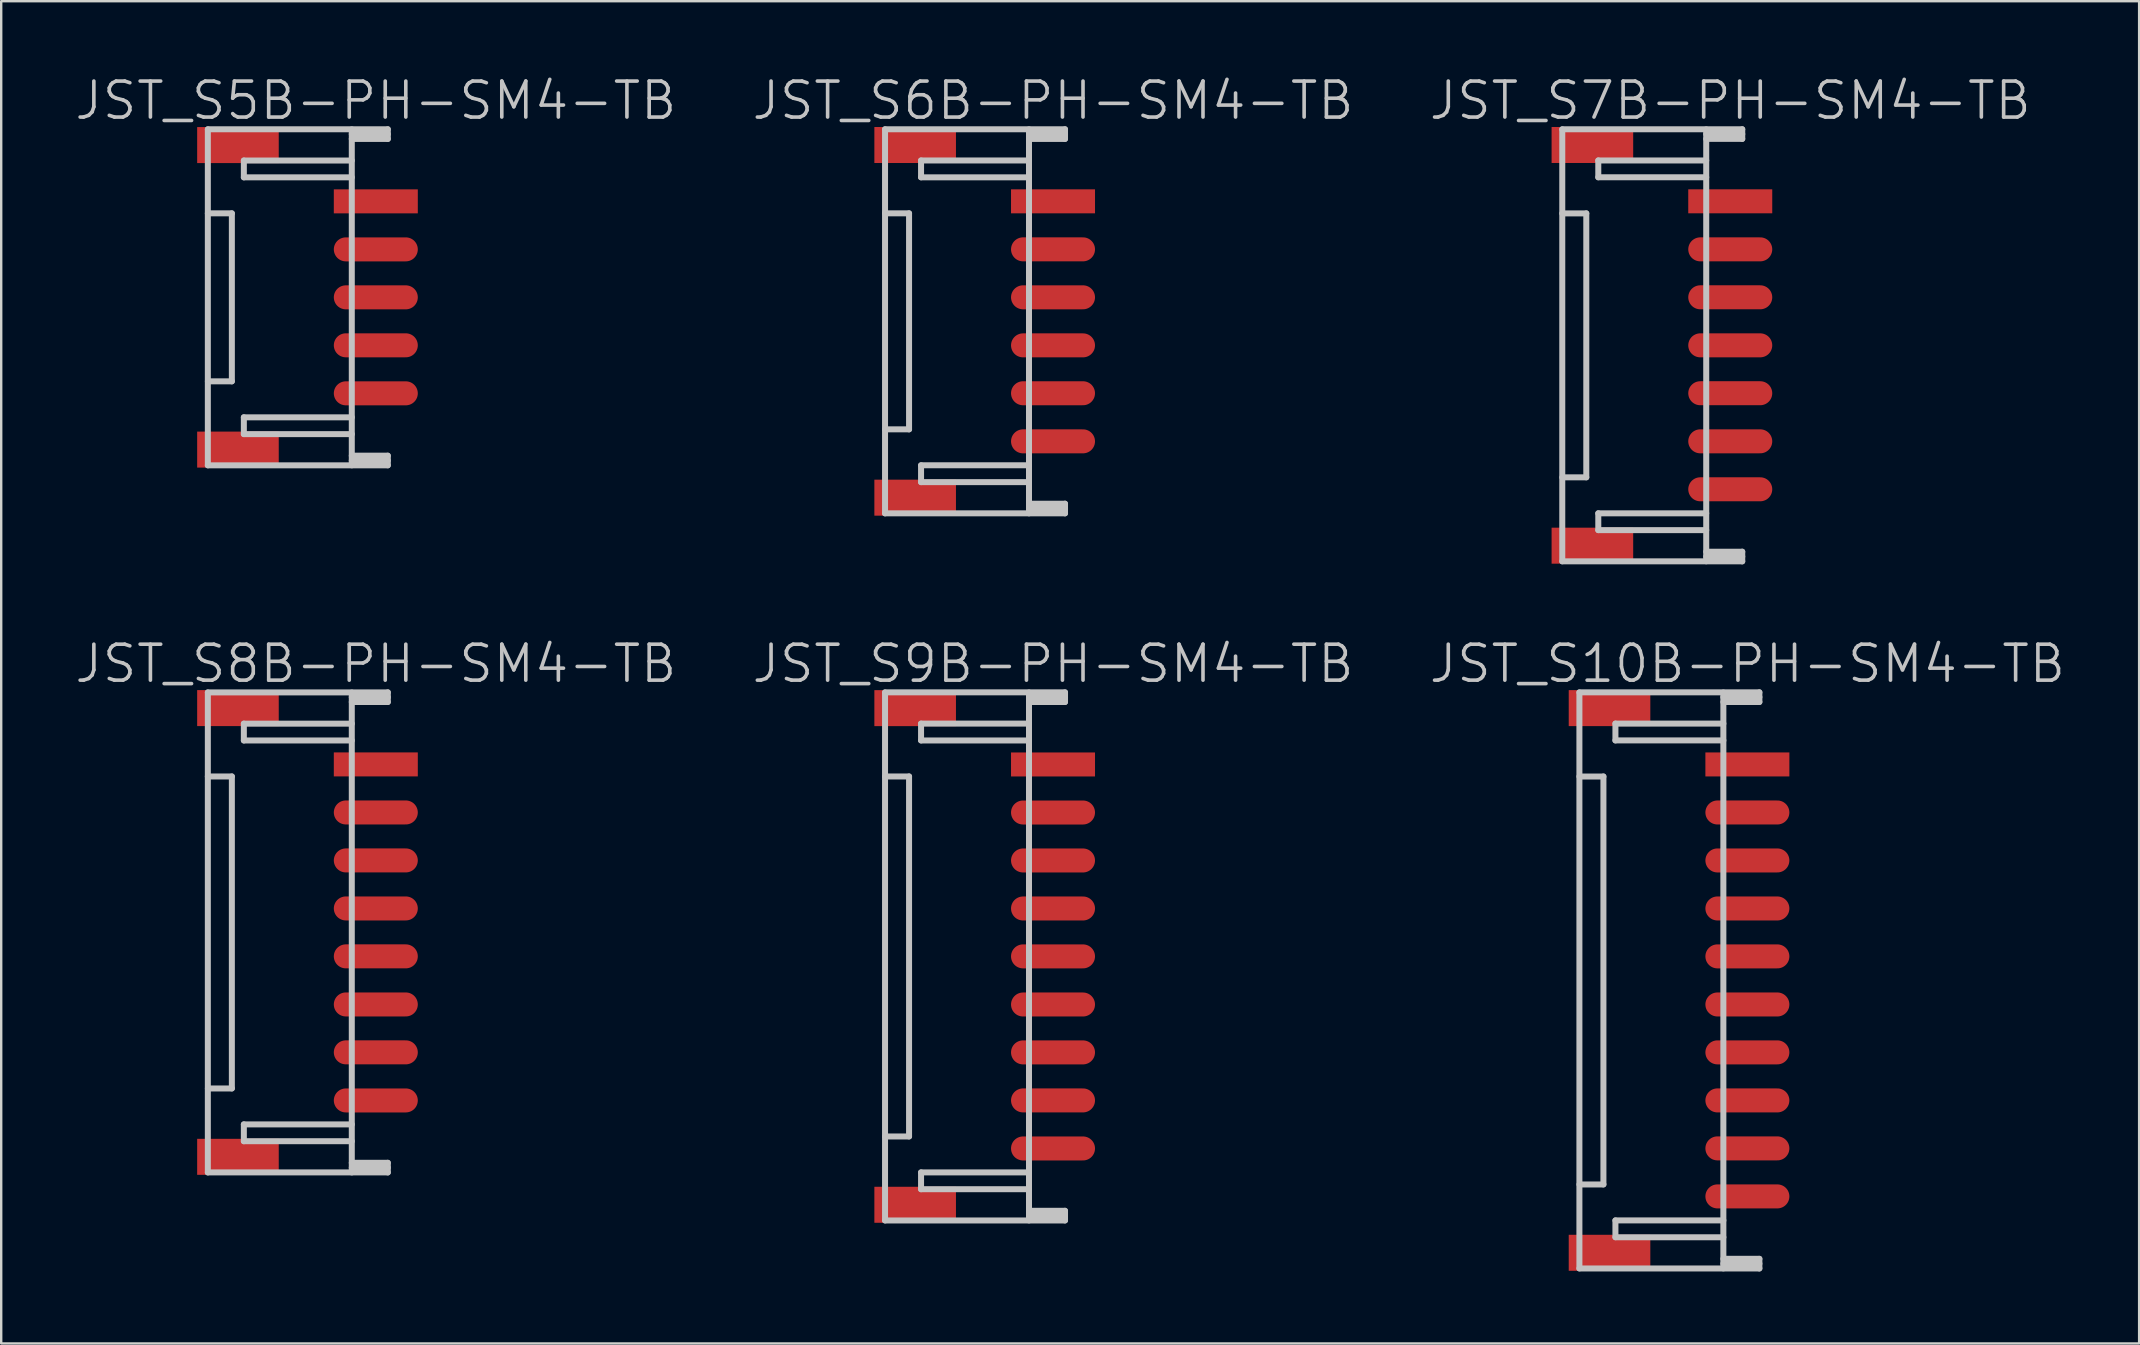
<source format=kicad_pcb>
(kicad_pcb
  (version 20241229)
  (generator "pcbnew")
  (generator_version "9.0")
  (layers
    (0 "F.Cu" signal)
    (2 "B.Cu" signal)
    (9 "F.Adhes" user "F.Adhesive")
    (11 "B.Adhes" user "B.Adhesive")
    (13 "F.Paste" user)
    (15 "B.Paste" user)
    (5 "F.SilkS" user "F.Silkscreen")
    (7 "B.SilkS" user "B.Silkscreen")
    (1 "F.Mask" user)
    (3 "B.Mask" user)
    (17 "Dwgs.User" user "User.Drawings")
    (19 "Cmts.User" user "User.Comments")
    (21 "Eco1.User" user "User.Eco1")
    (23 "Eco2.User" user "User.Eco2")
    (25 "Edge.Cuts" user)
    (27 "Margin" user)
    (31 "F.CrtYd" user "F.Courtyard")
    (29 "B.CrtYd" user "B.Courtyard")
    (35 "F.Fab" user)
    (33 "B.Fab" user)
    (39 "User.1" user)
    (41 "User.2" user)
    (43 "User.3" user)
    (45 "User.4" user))
  (footprint "JST_S10B-PH-SM4-TB"
    (layer "F.Cu")
    (at 69.768 37.808)
    (property "Reference" "JST_S10B-PH-SM4-TB" (at 0 -13.2 180) (layer "Dwgs.User") (effects (font (size 1.5 1.5) (thickness 0.15))))
    (attr smd)
    (fp_line (start -7 -12.007) (end 0.5 -12.007) (stroke (width 0.25) (type solid)) (layer "Dwgs.User"))
    (fp_line (start -7 -11.999) (end -7 11.999) (stroke (width 0.25) (type solid)) (layer "Dwgs.User"))
    (fp_line (start -7 -8.499) (end -5.999 -8.499) (stroke (width 0.25) (type solid)) (layer "Dwgs.User"))
    (fp_line (start -5.999 8.499) (end -5.999 -8.499) (stroke (width 0.25) (type solid)) (layer "Dwgs.User"))
    (fp_line (start -5.999 8.501) (end -6.998 8.501) (stroke (width 0.25) (type solid)) (layer "Dwgs.User"))
    (fp_line (start -5.499 -10.704) (end -1.001 -10.704) (stroke (width 0.25) (type solid)) (layer "Dwgs.User"))
    (fp_line (start -5.499 -10.003) (end -5.499 -10.704) (stroke (width 0.25) (type solid)) (layer "Dwgs.User"))
    (fp_line (start -5.499 10) (end -5.499 10.701) (stroke (width 0.25) (type solid)) (layer "Dwgs.User"))
    (fp_line (start -5.499 10.701) (end -1.001 10.701) (stroke (width 0.25) (type solid)) (layer "Dwgs.User"))
    (fp_line (start -1.001 -11.605) (end 0.5 -11.605) (stroke (width 0.25) (type solid)) (layer "Dwgs.User"))
    (fp_line (start -1.001 -10.003) (end -5.499 -10.003) (stroke (width 0.25) (type solid)) (layer "Dwgs.User"))
    (fp_line (start -1.001 10) (end -5.499 10) (stroke (width 0.25) (type solid)) (layer "Dwgs.User"))
    (fp_line (start -1.001 11.801) (end 0.5 11.801) (stroke (width 0.25) (type solid)) (layer "Dwgs.User"))
    (fp_line (start -1.001 11.999) (end -1.001 -11.999) (stroke (width 0.25) (type solid)) (layer "Dwgs.User"))
    (fp_line (start 0.5 -11.806) (end -1.001 -11.806) (stroke (width 0.25) (type solid)) (layer "Dwgs.User"))
    (fp_line (start 0.5 -11.605) (end 0.5 -12.007) (stroke (width 0.25) (type solid)) (layer "Dwgs.User"))
    (fp_line (start 0.5 11.6) (end -1.001 11.6) (stroke (width 0.25) (type solid)) (layer "Dwgs.User"))
    (fp_line (start 0.5 12.002) (end -7 12.002) (stroke (width 0.25) (type solid)) (layer "Dwgs.User"))
    (fp_line (start 0.5 12.002) (end 0.5 11.6) (stroke (width 0.25) (type solid)) (layer "Dwgs.User"))
    (pad "" smd rect (at -5.745 -11.349 270) (size 1.5 3.4) (layers "F.Cu" "F.Mask" "F.Paste"))
    (pad "" smd rect (at -5.745 11.349 270) (size 1.5 3.4) (layers "F.Cu" "F.Mask" "F.Paste"))
    (pad "1" smd rect (at 0 -9.002 270) (size 1 3.5) (layers "F.Cu" "F.Mask" "F.Paste"))
    (pad "2" smd oval (at 0 -7 270) (size 1 3.5) (layers "F.Cu" "F.Mask" "F.Paste"))
    (pad "3" smd oval (at 0 -5.001 270) (size 1 3.5) (layers "F.Cu" "F.Mask" "F.Paste"))
    (pad "4" smd oval (at 0 -3 270) (size 1 3.5) (layers "F.Cu" "F.Mask" "F.Paste"))
    (pad "5" smd oval (at 0 -1.003 270) (size 1 3.5) (layers "F.Cu" "F.Mask" "F.Paste"))
    (pad "6" smd oval (at 0 1.001 270) (size 1 3.5) (layers "F.Cu" "F.Mask" "F.Paste"))
    (pad "7" smd oval (at 0 2.997 270) (size 1 3.5) (layers "F.Cu" "F.Mask" "F.Paste"))
    (pad "8" smd oval (at 0 4.999 270) (size 1 3.5) (layers "F.Cu" "F.Mask" "F.Paste"))
    (pad "9" smd oval (at 0 6.998 270) (size 1 3.5) (layers "F.Cu" "F.Mask" "F.Paste"))
    (pad "10" smd oval (at 0 8.999 270) (size 1 3.5) (layers "F.Cu" "F.Mask" "F.Paste")))
  (footprint "JST_S5B-PH-SM4-TB"
    (layer "F.Cu")
    (at 12.611 9.341)
    (property "Reference" "JST_S5B-PH-SM4-TB" (at 0 -8.2 180) (layer "Dwgs.User") (effects (font (size 1.5 1.5) (thickness 0.15))))
    (attr smd)
    (fp_line (start -7 -7.003) (end 0.5 -7.003) (stroke (width 0.25) (type solid)) (layer "Dwgs.User"))
    (fp_line (start -7 -7) (end -7 7) (stroke (width 0.25) (type solid)) (layer "Dwgs.User"))
    (fp_line (start -7 -3.5) (end -5.999 -3.5) (stroke (width 0.25) (type solid)) (layer "Dwgs.User"))
    (fp_line (start -5.999 3.5) (end -6.998 3.5) (stroke (width 0.25) (type solid)) (layer "Dwgs.User"))
    (fp_line (start -5.999 3.5) (end -5.999 -3.5) (stroke (width 0.25) (type solid)) (layer "Dwgs.User"))
    (fp_line (start -5.499 -5.702) (end -1.001 -5.702) (stroke (width 0.25) (type solid)) (layer "Dwgs.User"))
    (fp_line (start -5.499 -5.001) (end -5.499 -5.702) (stroke (width 0.25) (type solid)) (layer "Dwgs.User"))
    (fp_line (start -5.499 4.999) (end -5.499 5.7) (stroke (width 0.25) (type solid)) (layer "Dwgs.User"))
    (fp_line (start -5.499 5.7) (end -1.001 5.7) (stroke (width 0.25) (type solid)) (layer "Dwgs.User"))
    (fp_line (start -1.001 -6.601) (end 0.5 -6.601) (stroke (width 0.25) (type solid)) (layer "Dwgs.User"))
    (fp_line (start -1.001 -5.001) (end -5.499 -5.001) (stroke (width 0.25) (type solid)) (layer "Dwgs.User"))
    (fp_line (start -1.001 4.999) (end -5.499 4.999) (stroke (width 0.25) (type solid)) (layer "Dwgs.User"))
    (fp_line (start -1.001 6.8) (end 0.5 6.8) (stroke (width 0.25) (type solid)) (layer "Dwgs.User"))
    (fp_line (start -1.001 7) (end -1.001 -7) (stroke (width 0.25) (type solid)) (layer "Dwgs.User"))
    (fp_line (start 0.5 -6.802) (end -1.001 -6.802) (stroke (width 0.25) (type solid)) (layer "Dwgs.User"))
    (fp_line (start 0.5 -6.601) (end 0.5 -7.003) (stroke (width 0.25) (type solid)) (layer "Dwgs.User"))
    (fp_line (start 0.5 6.599) (end -1.001 6.599) (stroke (width 0.25) (type solid)) (layer "Dwgs.User"))
    (fp_line (start 0.5 7) (end -7 7) (stroke (width 0.25) (type solid)) (layer "Dwgs.User"))
    (fp_line (start 0.5 7) (end 0.5 6.599) (stroke (width 0.25) (type solid)) (layer "Dwgs.User"))
    (pad "" smd rect (at -5.745 -6.345 270) (size 1.5 3.4) (layers "F.Cu" "F.Mask" "F.Paste"))
    (pad "" smd rect (at -5.745 6.345 270) (size 1.5 3.4) (layers "F.Cu" "F.Mask" "F.Paste"))
    (pad "1" smd rect (at 0 -4 270) (size 1 3.5) (layers "F.Cu" "F.Mask" "F.Paste"))
    (pad "2" smd oval (at 0 -1.999 270) (size 1 3.5) (layers "F.Cu" "F.Mask" "F.Paste"))
    (pad "3" smd oval (at 0 0 270) (size 1 3.5) (layers "F.Cu" "F.Mask" "F.Paste"))
    (pad "4" smd oval (at 0 1.999 270) (size 1 3.5) (layers "F.Cu" "F.Mask" "F.Paste"))
    (pad "5" smd oval (at 0 4 270) (size 1 3.5) (layers "F.Cu" "F.Mask" "F.Paste")))
  (footprint "JST_S6B-PH-SM4-TB"
    (layer "F.Cu")
    (at 40.832 10.341)
    (property "Reference" "JST_S6B-PH-SM4-TB" (at 0 -9.2 180) (layer "Dwgs.User") (effects (font (size 1.5 1.5) (thickness 0.15))))
    (attr smd)
    (fp_line (start -7 -8.004) (end 0.5 -8.004) (stroke (width 0.25) (type solid)) (layer "Dwgs.User"))
    (fp_line (start -7 -8.001) (end -7 8.001) (stroke (width 0.25) (type solid)) (layer "Dwgs.User"))
    (fp_line (start -7 -4.501) (end -5.999 -4.501) (stroke (width 0.25) (type solid)) (layer "Dwgs.User"))
    (fp_line (start -5.999 4.501) (end -6.998 4.501) (stroke (width 0.25) (type solid)) (layer "Dwgs.User"))
    (fp_line (start -5.999 4.501) (end -5.999 -4.501) (stroke (width 0.25) (type solid)) (layer "Dwgs.User"))
    (fp_line (start -5.499 -6.703) (end -1.001 -6.703) (stroke (width 0.25) (type solid)) (layer "Dwgs.User"))
    (fp_line (start -5.499 -6.002) (end -5.499 -6.703) (stroke (width 0.25) (type solid)) (layer "Dwgs.User"))
    (fp_line (start -5.499 5.999) (end -5.499 6.701) (stroke (width 0.25) (type solid)) (layer "Dwgs.User"))
    (fp_line (start -5.499 6.701) (end -1.001 6.701) (stroke (width 0.25) (type solid)) (layer "Dwgs.User"))
    (fp_line (start -1.001 -7.602) (end 0.5 -7.602) (stroke (width 0.25) (type solid)) (layer "Dwgs.User"))
    (fp_line (start -1.001 -6.002) (end -5.499 -6.002) (stroke (width 0.25) (type solid)) (layer "Dwgs.User"))
    (fp_line (start -1.001 5.999) (end -5.499 5.999) (stroke (width 0.25) (type solid)) (layer "Dwgs.User"))
    (fp_line (start -1.001 7.8) (end 0.5 7.8) (stroke (width 0.25) (type solid)) (layer "Dwgs.User"))
    (fp_line (start -1.001 8.001) (end -1.001 -8.001) (stroke (width 0.25) (type solid)) (layer "Dwgs.User"))
    (fp_line (start 0.5 -7.803) (end -1.001 -7.803) (stroke (width 0.25) (type solid)) (layer "Dwgs.User"))
    (fp_line (start 0.5 -7.602) (end 0.5 -8.004) (stroke (width 0.25) (type solid)) (layer "Dwgs.User"))
    (fp_line (start 0.5 7.6) (end -1.001 7.6) (stroke (width 0.25) (type solid)) (layer "Dwgs.User"))
    (fp_line (start 0.5 8.001) (end -7 8.001) (stroke (width 0.25) (type solid)) (layer "Dwgs.User"))
    (fp_line (start 0.5 8.001) (end 0.5 7.6) (stroke (width 0.25) (type solid)) (layer "Dwgs.User"))
    (pad "" smd rect (at -5.745 -7.348 270) (size 1.5 3.4) (layers "F.Cu" "F.Mask" "F.Paste"))
    (pad "" smd rect (at -5.745 7.348 270) (size 1.5 3.4) (layers "F.Cu" "F.Mask" "F.Paste"))
    (pad "1" smd rect (at 0 -5.001 270) (size 1 3.5) (layers "F.Cu" "F.Mask" "F.Paste"))
    (pad "2" smd oval (at 0 -3 270) (size 1 3.5) (layers "F.Cu" "F.Mask" "F.Paste"))
    (pad "3" smd oval (at 0 -1.001 270) (size 1 3.5) (layers "F.Cu" "F.Mask" "F.Paste"))
    (pad "4" smd oval (at 0 1.001 270) (size 1 3.5) (layers "F.Cu" "F.Mask" "F.Paste"))
    (pad "5" smd oval (at 0 2.997 270) (size 1 3.5) (layers "F.Cu" "F.Mask" "F.Paste"))
    (pad "6" smd oval (at 0 5.001 270) (size 1 3.5) (layers "F.Cu" "F.Mask" "F.Paste")))
  (footprint "JST_S7B-PH-SM4-TB"
    (layer "F.Cu")
    (at 69.054 11.341)
    (property "Reference" "JST_S7B-PH-SM4-TB" (at 0 -10.2 180) (layer "Dwgs.User") (effects (font (size 1.5 1.5) (thickness 0.15))))
    (attr smd)
    (fp_line (start -7 -9.004) (end 0.5 -9.004) (stroke (width 0.25) (type solid)) (layer "Dwgs.User"))
    (fp_line (start -7 -8.999) (end -7 8.999) (stroke (width 0.25) (type solid)) (layer "Dwgs.User"))
    (fp_line (start -7 -5.499) (end -5.999 -5.499) (stroke (width 0.25) (type solid)) (layer "Dwgs.User"))
    (fp_line (start -5.999 5.499) (end -5.999 -5.499) (stroke (width 0.25) (type solid)) (layer "Dwgs.User"))
    (fp_line (start -5.999 5.502) (end -6.998 5.502) (stroke (width 0.25) (type solid)) (layer "Dwgs.User"))
    (fp_line (start -5.499 -7.704) (end -1.001 -7.704) (stroke (width 0.25) (type solid)) (layer "Dwgs.User"))
    (fp_line (start -5.499 -7.003) (end -5.499 -7.704) (stroke (width 0.25) (type solid)) (layer "Dwgs.User"))
    (fp_line (start -5.499 7) (end -5.499 7.701) (stroke (width 0.25) (type solid)) (layer "Dwgs.User"))
    (fp_line (start -5.499 7.701) (end -1.001 7.701) (stroke (width 0.25) (type solid)) (layer "Dwgs.User"))
    (fp_line (start -1.001 -8.603) (end 0.5 -8.603) (stroke (width 0.25) (type solid)) (layer "Dwgs.User"))
    (fp_line (start -1.001 -7.003) (end -5.499 -7.003) (stroke (width 0.25) (type solid)) (layer "Dwgs.User"))
    (fp_line (start -1.001 7) (end -5.499 7) (stroke (width 0.25) (type solid)) (layer "Dwgs.User"))
    (fp_line (start -1.001 8.801) (end 0.5 8.801) (stroke (width 0.25) (type solid)) (layer "Dwgs.User"))
    (fp_line (start -1.001 8.999) (end -1.001 -8.999) (stroke (width 0.25) (type solid)) (layer "Dwgs.User"))
    (fp_line (start 0.5 -8.804) (end -1.001 -8.804) (stroke (width 0.25) (type solid)) (layer "Dwgs.User"))
    (fp_line (start 0.5 -8.603) (end 0.5 -9.004) (stroke (width 0.25) (type solid)) (layer "Dwgs.User"))
    (fp_line (start 0.5 8.6) (end -1.001 8.6) (stroke (width 0.25) (type solid)) (layer "Dwgs.User"))
    (fp_line (start 0.5 9.002) (end -7 9.002) (stroke (width 0.25) (type solid)) (layer "Dwgs.User"))
    (fp_line (start 0.5 9.002) (end 0.5 8.6) (stroke (width 0.25) (type solid)) (layer "Dwgs.User"))
    (pad "" smd rect (at -5.745 -8.349 270) (size 1.5 3.4) (layers "F.Cu" "F.Mask" "F.Paste"))
    (pad "" smd rect (at -5.745 8.349 270) (size 1.5 3.4) (layers "F.Cu" "F.Mask" "F.Paste"))
    (pad "1" smd rect (at 0 -6.002 270) (size 1 3.5) (layers "F.Cu" "F.Mask" "F.Paste"))
    (pad "2" smd oval (at 0 -4 270) (size 1 3.5) (layers "F.Cu" "F.Mask" "F.Paste"))
    (pad "3" smd oval (at 0 -2.002 270) (size 1 3.5) (layers "F.Cu" "F.Mask" "F.Paste"))
    (pad "4" smd oval (at 0 0 270) (size 1 3.5) (layers "F.Cu" "F.Mask" "F.Paste"))
    (pad "5" smd oval (at 0 1.996 270) (size 1 3.5) (layers "F.Cu" "F.Mask" "F.Paste"))
    (pad "6" smd oval (at 0 4 270) (size 1 3.5) (layers "F.Cu" "F.Mask" "F.Paste"))
    (pad "7" smd oval (at 0 5.999 270) (size 1 3.5) (layers "F.Cu" "F.Mask" "F.Paste")))
  (footprint "JST_S8B-PH-SM4-TB"
    (layer "F.Cu")
    (at 12.611 35.808)
    (property "Reference" "JST_S8B-PH-SM4-TB" (at 0 -11.2 180) (layer "Dwgs.User") (effects (font (size 1.5 1.5) (thickness 0.15))))
    (attr smd)
    (fp_line (start -7 -10.005) (end 0.5 -10.005) (stroke (width 0.25) (type solid)) (layer "Dwgs.User"))
    (fp_line (start -7 -10) (end -7 10) (stroke (width 0.25) (type solid)) (layer "Dwgs.User"))
    (fp_line (start -7 -6.502) (end -5.999 -6.502) (stroke (width 0.25) (type solid)) (layer "Dwgs.User"))
    (fp_line (start -5.999 6.5) (end -6.998 6.5) (stroke (width 0.25) (type solid)) (layer "Dwgs.User"))
    (fp_line (start -5.999 6.5) (end -5.999 -6.5) (stroke (width 0.25) (type solid)) (layer "Dwgs.User"))
    (fp_line (start -5.499 -8.702) (end -1.001 -8.702) (stroke (width 0.25) (type solid)) (layer "Dwgs.User"))
    (fp_line (start -5.499 -8.001) (end -5.499 -8.702) (stroke (width 0.25) (type solid)) (layer "Dwgs.User"))
    (fp_line (start -5.499 7.998) (end -5.499 8.7) (stroke (width 0.25) (type solid)) (layer "Dwgs.User"))
    (fp_line (start -5.499 8.7) (end -1.001 8.7) (stroke (width 0.25) (type solid)) (layer "Dwgs.User"))
    (fp_line (start -1.001 -9.604) (end 0.5 -9.604) (stroke (width 0.25) (type solid)) (layer "Dwgs.User"))
    (fp_line (start -1.001 -8.001) (end -5.499 -8.001) (stroke (width 0.25) (type solid)) (layer "Dwgs.User"))
    (fp_line (start -1.001 7.998) (end -5.499 7.998) (stroke (width 0.25) (type solid)) (layer "Dwgs.User"))
    (fp_line (start -1.001 9.799) (end 0.5 9.799) (stroke (width 0.25) (type solid)) (layer "Dwgs.User"))
    (fp_line (start -1.001 10) (end -1.001 -10) (stroke (width 0.25) (type solid)) (layer "Dwgs.User"))
    (fp_line (start 0.5 -9.804) (end -1.001 -9.804) (stroke (width 0.25) (type solid)) (layer "Dwgs.User"))
    (fp_line (start 0.5 -9.604) (end 0.5 -10.005) (stroke (width 0.25) (type solid)) (layer "Dwgs.User"))
    (fp_line (start 0.5 9.599) (end -1.001 9.599) (stroke (width 0.25) (type solid)) (layer "Dwgs.User"))
    (fp_line (start 0.5 10) (end -7 10) (stroke (width 0.25) (type solid)) (layer "Dwgs.User"))
    (fp_line (start 0.5 10) (end 0.5 9.599) (stroke (width 0.25) (type solid)) (layer "Dwgs.User"))
    (pad "" smd rect (at -5.745 -9.35 270) (size 1.5 3.4) (layers "F.Cu" "F.Mask" "F.Paste"))
    (pad "" smd rect (at -5.745 9.35 270) (size 1.5 3.4) (layers "F.Cu" "F.Mask" "F.Paste"))
    (pad "1" smd rect (at 0 -7.003 270) (size 1 3.5) (layers "F.Cu" "F.Mask" "F.Paste"))
    (pad "2" smd oval (at 0 -5.001 270) (size 1 3.5) (layers "F.Cu" "F.Mask" "F.Paste"))
    (pad "3" smd oval (at 0 -3.002 270) (size 1 3.5) (layers "F.Cu" "F.Mask" "F.Paste"))
    (pad "4" smd oval (at 0 -1.001 270) (size 1 3.5) (layers "F.Cu" "F.Mask" "F.Paste"))
    (pad "5" smd oval (at 0 0.996 270) (size 1 3.5) (layers "F.Cu" "F.Mask" "F.Paste"))
    (pad "6" smd oval (at 0 3 270) (size 1 3.5) (layers "F.Cu" "F.Mask" "F.Paste"))
    (pad "7" smd oval (at 0 4.996 270) (size 1 3.5) (layers "F.Cu" "F.Mask" "F.Paste"))
    (pad "8" smd oval (at 0 7 270) (size 1 3.5) (layers "F.Cu" "F.Mask" "F.Paste")))
  (footprint "JST_S9B-PH-SM4-TB"
    (layer "F.Cu")
    (at 40.832 36.808)
    (property "Reference" "JST_S9B-PH-SM4-TB" (at 0 -12.2 180) (layer "Dwgs.User") (effects (font (size 1.5 1.5) (thickness 0.15))))
    (attr smd)
    (fp_line (start -7 -11.006) (end 0.5 -11.006) (stroke (width 0.25) (type solid)) (layer "Dwgs.User"))
    (fp_line (start -7 -11.001) (end -7 11.001) (stroke (width 0.25) (type solid)) (layer "Dwgs.User"))
    (fp_line (start -7 -7.501) (end -5.999 -7.501) (stroke (width 0.25) (type solid)) (layer "Dwgs.User"))
    (fp_line (start -5.999 7.501) (end -6.998 7.501) (stroke (width 0.25) (type solid)) (layer "Dwgs.User"))
    (fp_line (start -5.999 7.501) (end -5.999 -7.501) (stroke (width 0.25) (type solid)) (layer "Dwgs.User"))
    (fp_line (start -5.499 -9.703) (end -1.001 -9.703) (stroke (width 0.25) (type solid)) (layer "Dwgs.User"))
    (fp_line (start -5.499 -9.002) (end -5.499 -9.703) (stroke (width 0.25) (type solid)) (layer "Dwgs.User"))
    (fp_line (start -5.499 8.999) (end -5.499 9.7) (stroke (width 0.25) (type solid)) (layer "Dwgs.User"))
    (fp_line (start -5.499 9.7) (end -1.001 9.7) (stroke (width 0.25) (type solid)) (layer "Dwgs.User"))
    (fp_line (start -1.001 -10.604) (end 0.5 -10.604) (stroke (width 0.25) (type solid)) (layer "Dwgs.User"))
    (fp_line (start -1.001 -9.002) (end -5.499 -9.002) (stroke (width 0.25) (type solid)) (layer "Dwgs.User"))
    (fp_line (start -1.001 8.999) (end -5.499 8.999) (stroke (width 0.25) (type solid)) (layer "Dwgs.User"))
    (fp_line (start -1.001 10.8) (end 0.5 10.8) (stroke (width 0.25) (type solid)) (layer "Dwgs.User"))
    (fp_line (start -1.001 11.001) (end -1.001 -11.001) (stroke (width 0.25) (type solid)) (layer "Dwgs.User"))
    (fp_line (start 0.5 -10.805) (end -1.001 -10.805) (stroke (width 0.25) (type solid)) (layer "Dwgs.User"))
    (fp_line (start 0.5 -10.604) (end 0.5 -11.006) (stroke (width 0.25) (type solid)) (layer "Dwgs.User"))
    (fp_line (start 0.5 10.599) (end -1.001 10.599) (stroke (width 0.25) (type solid)) (layer "Dwgs.User"))
    (fp_line (start 0.5 11.001) (end -7 11.001) (stroke (width 0.25) (type solid)) (layer "Dwgs.User"))
    (fp_line (start 0.5 11.001) (end 0.5 10.599) (stroke (width 0.25) (type solid)) (layer "Dwgs.User"))
    (pad "" smd rect (at -5.745 -10.348 270) (size 1.5 3.4) (layers "F.Cu" "F.Mask" "F.Paste"))
    (pad "" smd rect (at -5.745 10.348 270) (size 1.5 3.4) (layers "F.Cu" "F.Mask" "F.Paste"))
    (pad "1" smd rect (at 0 -8.001 270) (size 1 3.5) (layers "F.Cu" "F.Mask" "F.Paste"))
    (pad "2" smd oval (at 0 -5.999 270) (size 1 3.5) (layers "F.Cu" "F.Mask" "F.Paste"))
    (pad "3" smd oval (at 0 -4 270) (size 1 3.5) (layers "F.Cu" "F.Mask" "F.Paste"))
    (pad "4" smd oval (at 0 -1.999 270) (size 1 3.5) (layers "F.Cu" "F.Mask" "F.Paste"))
    (pad "5" smd oval (at 0 -0.003 270) (size 1 3.5) (layers "F.Cu" "F.Mask" "F.Paste"))
    (pad "6" smd oval (at 0 2.002 270) (size 1 3.5) (layers "F.Cu" "F.Mask" "F.Paste"))
    (pad "7" smd oval (at 0 3.998 270) (size 1 3.5) (layers "F.Cu" "F.Mask" "F.Paste"))
    (pad "8" smd oval (at 0 5.999 270) (size 1 3.5) (layers "F.Cu" "F.Mask" "F.Paste"))
    (pad "9" smd oval (at 0 8.001 270) (size 1 3.5) (layers "F.Cu" "F.Mask" "F.Paste")))
  (gr_rect
    (start -3 -3)
    (end 86.093 52.935)
    (stroke (width 0.1) (type default))
    (fill no)
    (layer "Edge.Cuts")))
</source>
